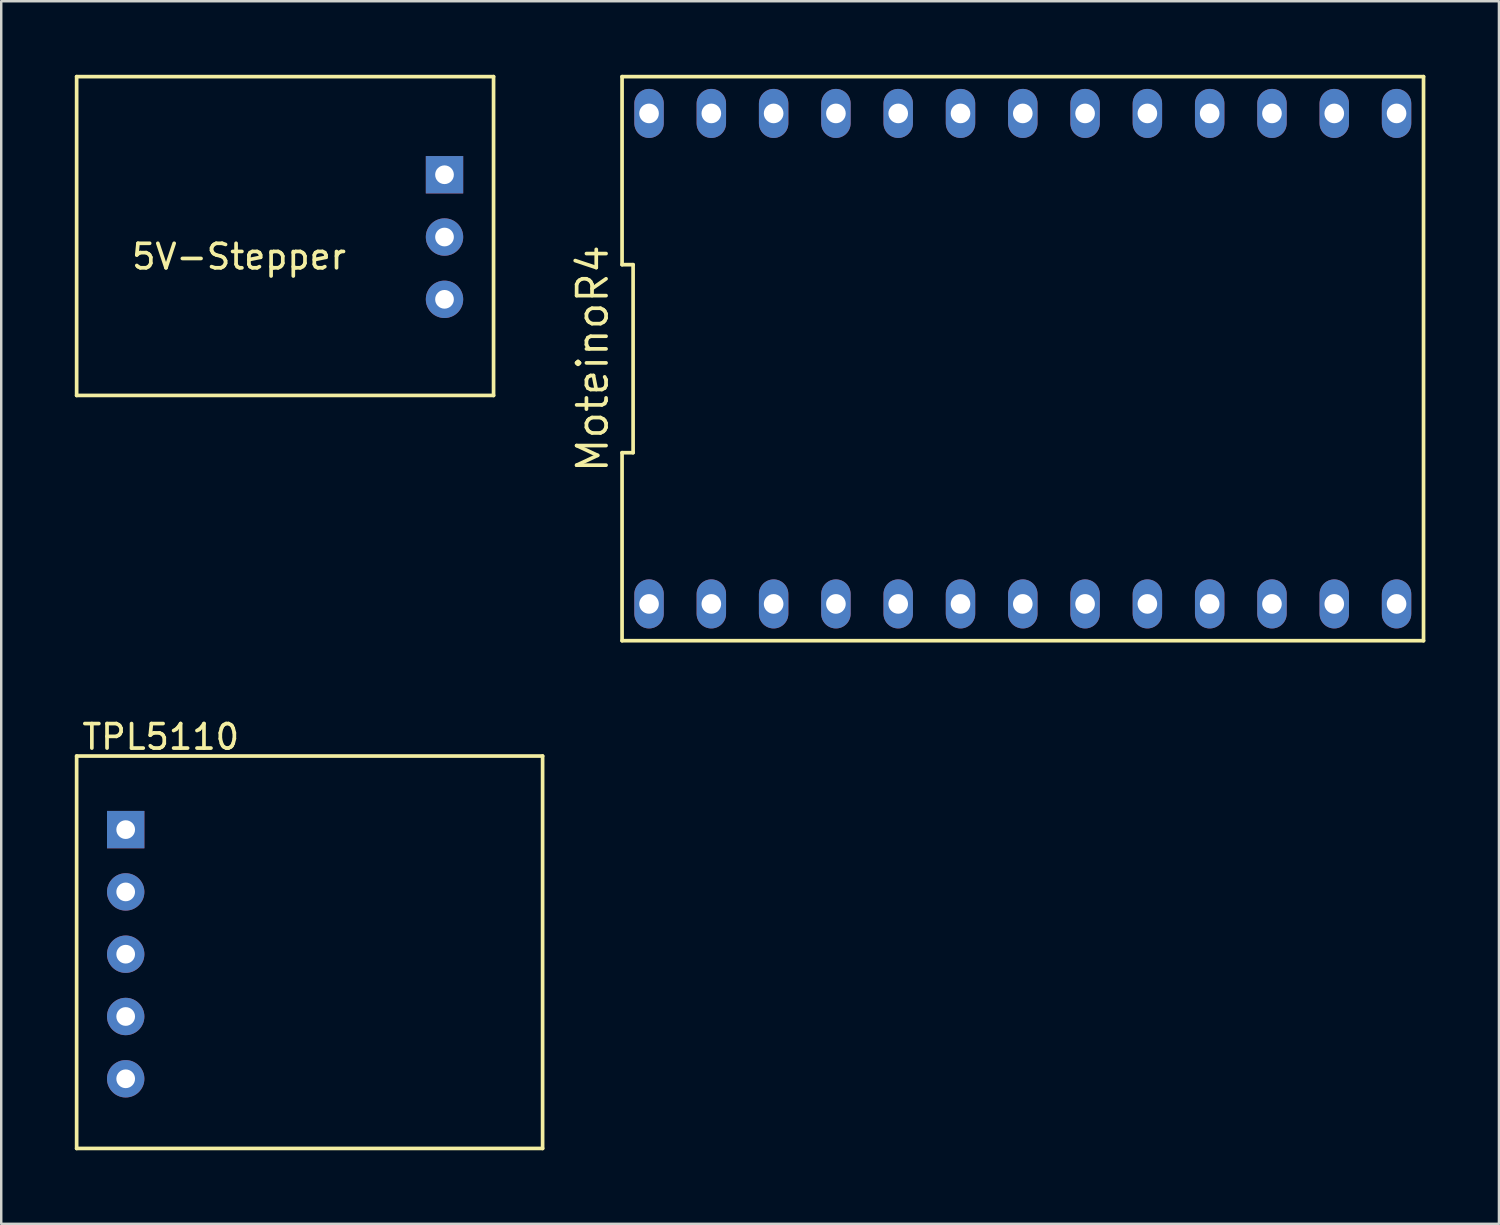
<source format=kicad_pcb>
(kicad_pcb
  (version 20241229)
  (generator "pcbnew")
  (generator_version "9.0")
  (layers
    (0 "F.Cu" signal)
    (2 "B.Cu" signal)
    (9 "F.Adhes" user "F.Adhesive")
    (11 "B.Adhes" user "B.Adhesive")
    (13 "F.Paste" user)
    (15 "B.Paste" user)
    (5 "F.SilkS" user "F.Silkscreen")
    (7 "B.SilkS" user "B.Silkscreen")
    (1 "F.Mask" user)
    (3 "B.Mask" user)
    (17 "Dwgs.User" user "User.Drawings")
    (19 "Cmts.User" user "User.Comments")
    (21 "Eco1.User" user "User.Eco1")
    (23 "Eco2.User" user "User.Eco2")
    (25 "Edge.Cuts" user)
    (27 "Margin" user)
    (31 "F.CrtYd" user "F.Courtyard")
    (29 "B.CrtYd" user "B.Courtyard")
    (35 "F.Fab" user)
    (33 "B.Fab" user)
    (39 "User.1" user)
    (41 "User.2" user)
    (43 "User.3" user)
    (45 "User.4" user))
  (footprint "MoteinoR4"
    (layer "F.Cu")
    (at 38.655 11.575)
    (property "Reference" "MoteinoR4" (at -17.54 0 90) (layer "F.SilkS") (effects (font (size 1.2 1.2) (thickness 0.15))))
    (attr through_hole)
    (fp_line (start -16.34 -11.5) (end -16.34 -3.833) (stroke (width 0.15) (type solid)) (layer "F.SilkS"))
    (fp_line (start -16.34 -3.833) (end -15.89 -3.833) (stroke (width 0.15) (type solid)) (layer "F.SilkS"))
    (fp_line (start -16.34 3.833) (end -16.34 11.5) (stroke (width 0.15) (type solid)) (layer "F.SilkS"))
    (fp_line (start -16.34 11.5) (end 16.34 11.5) (stroke (width 0.15) (type solid)) (layer "F.SilkS"))
    (fp_line (start -15.89 -3.833) (end -15.89 3.833) (stroke (width 0.15) (type solid)) (layer "F.SilkS"))
    (fp_line (start -15.89 3.833) (end -16.34 3.833) (stroke (width 0.15) (type solid)) (layer "F.SilkS"))
    (fp_line (start 16.34 -11.5) (end -16.34 -11.5) (stroke (width 0.15) (type solid)) (layer "F.SilkS"))
    (fp_line (start 16.34 11.5) (end 16.34 -11.5) (stroke (width 0.15) (type solid)) (layer "F.SilkS"))
    (pad "1" thru_hole oval (at -15.24 10) (size 1.2 2) (drill 0.8) (layers "*.Cu" "*.Mask"))
    (pad "2" thru_hole oval (at -12.7 10) (size 1.2 2) (drill 0.8) (layers "*.Cu" "*.Mask"))
    (pad "3" thru_hole oval (at -10.16 10) (size 1.2 2) (drill 0.8) (layers "*.Cu" "*.Mask"))
    (pad "4" thru_hole oval (at -7.62 10) (size 1.2 2) (drill 0.8) (layers "*.Cu" "*.Mask"))
    (pad "5" thru_hole oval (at -5.08 10) (size 1.2 2) (drill 0.8) (layers "*.Cu" "*.Mask"))
    (pad "6" thru_hole oval (at -2.54 10) (size 1.2 2) (drill 0.8) (layers "*.Cu" "*.Mask"))
    (pad "7" thru_hole oval (at 0 10) (size 1.2 2) (drill 0.8) (layers "*.Cu" "*.Mask"))
    (pad "8" thru_hole oval (at 2.54 10) (size 1.2 2) (drill 0.8) (layers "*.Cu" "*.Mask"))
    (pad "9" thru_hole oval (at 5.08 10) (size 1.2 2) (drill 0.8) (layers "*.Cu" "*.Mask"))
    (pad "10" thru_hole oval (at 7.62 10) (size 1.2 2) (drill 0.8) (layers "*.Cu" "*.Mask"))
    (pad "11" thru_hole oval (at 10.16 10) (size 1.2 2) (drill 0.8) (layers "*.Cu" "*.Mask"))
    (pad "12" thru_hole oval (at 12.7 10) (size 1.2 2) (drill 0.8) (layers "*.Cu" "*.Mask"))
    (pad "13" thru_hole oval (at 15.24 10) (size 1.2 2) (drill 0.8) (layers "*.Cu" "*.Mask"))
    (pad "14" thru_hole oval (at 15.24 -10) (size 1.2 2) (drill 0.8) (layers "*.Cu" "*.Mask"))
    (pad "15" thru_hole oval (at 12.7 -10) (size 1.2 2) (drill 0.8) (layers "*.Cu" "*.Mask"))
    (pad "16" thru_hole oval (at 10.16 -10) (size 1.2 2) (drill 0.8) (layers "*.Cu" "*.Mask"))
    (pad "17" thru_hole oval (at 7.62 -10) (size 1.2 2) (drill 0.8) (layers "*.Cu" "*.Mask"))
    (pad "18" thru_hole oval (at 5.08 -10) (size 1.2 2) (drill 0.8) (layers "*.Cu" "*.Mask"))
    (pad "19" thru_hole oval (at 2.54 -10) (size 1.2 2) (drill 0.8) (layers "*.Cu" "*.Mask"))
    (pad "20" thru_hole oval (at 0 -10) (size 1.2 2) (drill 0.8) (layers "*.Cu" "*.Mask"))
    (pad "21" thru_hole oval (at -2.54 -10) (size 1.2 2) (drill 0.8) (layers "*.Cu" "*.Mask"))
    (pad "22" thru_hole oval (at -5.08 -10) (size 1.2 2) (drill 0.8) (layers "*.Cu" "*.Mask"))
    (pad "23" thru_hole oval (at -7.62 -10) (size 1.2 2) (drill 0.8) (layers "*.Cu" "*.Mask"))
    (pad "24" thru_hole oval (at -10.16 -10) (size 1.2 2) (drill 0.8) (layers "*.Cu" "*.Mask"))
    (pad "25" thru_hole oval (at -12.7 -10) (size 1.2 2) (drill 0.8) (layers "*.Cu" "*.Mask"))
    (pad "26" thru_hole oval (at -15.24 -10) (size 1.2 2) (drill 0.8) (layers "*.Cu" "*.Mask")))
  (footprint "TPL5110"
    (layer "F.Cu")
    (at 2.075 30.778)
    (property "Reference" "TPL5110" (at 1.43 -3.78 0) (layer "F.SilkS") (effects (font (size 1 1) (thickness 0.15))))
    (attr through_hole)
    (fp_line (start -2 -3) (end -2 13) (stroke (width 0.15) (type solid)) (layer "F.SilkS"))
    (fp_line (start -2 13) (end 17 13) (stroke (width 0.15) (type solid)) (layer "F.SilkS"))
    (fp_line (start 17 -3) (end -2 -3) (stroke (width 0.15) (type solid)) (layer "F.SilkS"))
    (fp_line (start 17 13) (end 17 -3) (stroke (width 0.15) (type solid)) (layer "F.SilkS"))
    (pad "1" thru_hole rect (at 0 0) (size 1.524 1.524) (drill 0.762) (layers "*.Cu" "*.Mask"))
    (pad "2" thru_hole circle (at 0 2.54) (size 1.524 1.524) (drill 0.762) (layers "*.Cu" "*.Mask"))
    (pad "3" thru_hole circle (at 0 5.08) (size 1.524 1.524) (drill 0.762) (layers "*.Cu" "*.Mask"))
    (pad "4" thru_hole circle (at 0 7.62) (size 1.524 1.524) (drill 0.762) (layers "*.Cu" "*.Mask"))
    (pad "5" thru_hole circle (at 0 10.16) (size 1.524 1.524) (drill 0.762) (layers "*.Cu" "*.Mask")))
  (footprint "5V-Stepper"
    (layer "F.Cu")
    (at 15.075 4.075)
    (property "Reference" "5V-Stepper" (at -8.38 3.34 0) (layer "F.SilkS") (effects (font (size 1 1) (thickness 0.15))))
    (attr through_hole)
    (fp_line (start -15 -4) (end 2 -4) (stroke (width 0.15) (type solid)) (layer "F.SilkS"))
    (fp_line (start -15 9) (end -15 -4) (stroke (width 0.15) (type solid)) (layer "F.SilkS"))
    (fp_line (start 2 -4) (end 2 9) (stroke (width 0.15) (type solid)) (layer "F.SilkS"))
    (fp_line (start 2 9) (end -15 9) (stroke (width 0.15) (type solid)) (layer "F.SilkS"))
    (pad "1" thru_hole rect (at 0 0) (size 1.524 1.524) (drill 0.762) (layers "*.Cu" "*.Mask"))
    (pad "2" thru_hole circle (at 0 2.54) (size 1.524 1.524) (drill 0.762) (layers "*.Cu" "*.Mask"))
    (pad "3" thru_hole circle (at 0 5.08) (size 1.524 1.524) (drill 0.762) (layers "*.Cu" "*.Mask")))
  (gr_rect
    (start -3 -3)
    (end 58.07 46.853)
    (stroke (width 0.1) (type default))
    (fill no)
    (layer "Edge.Cuts")))
</source>
